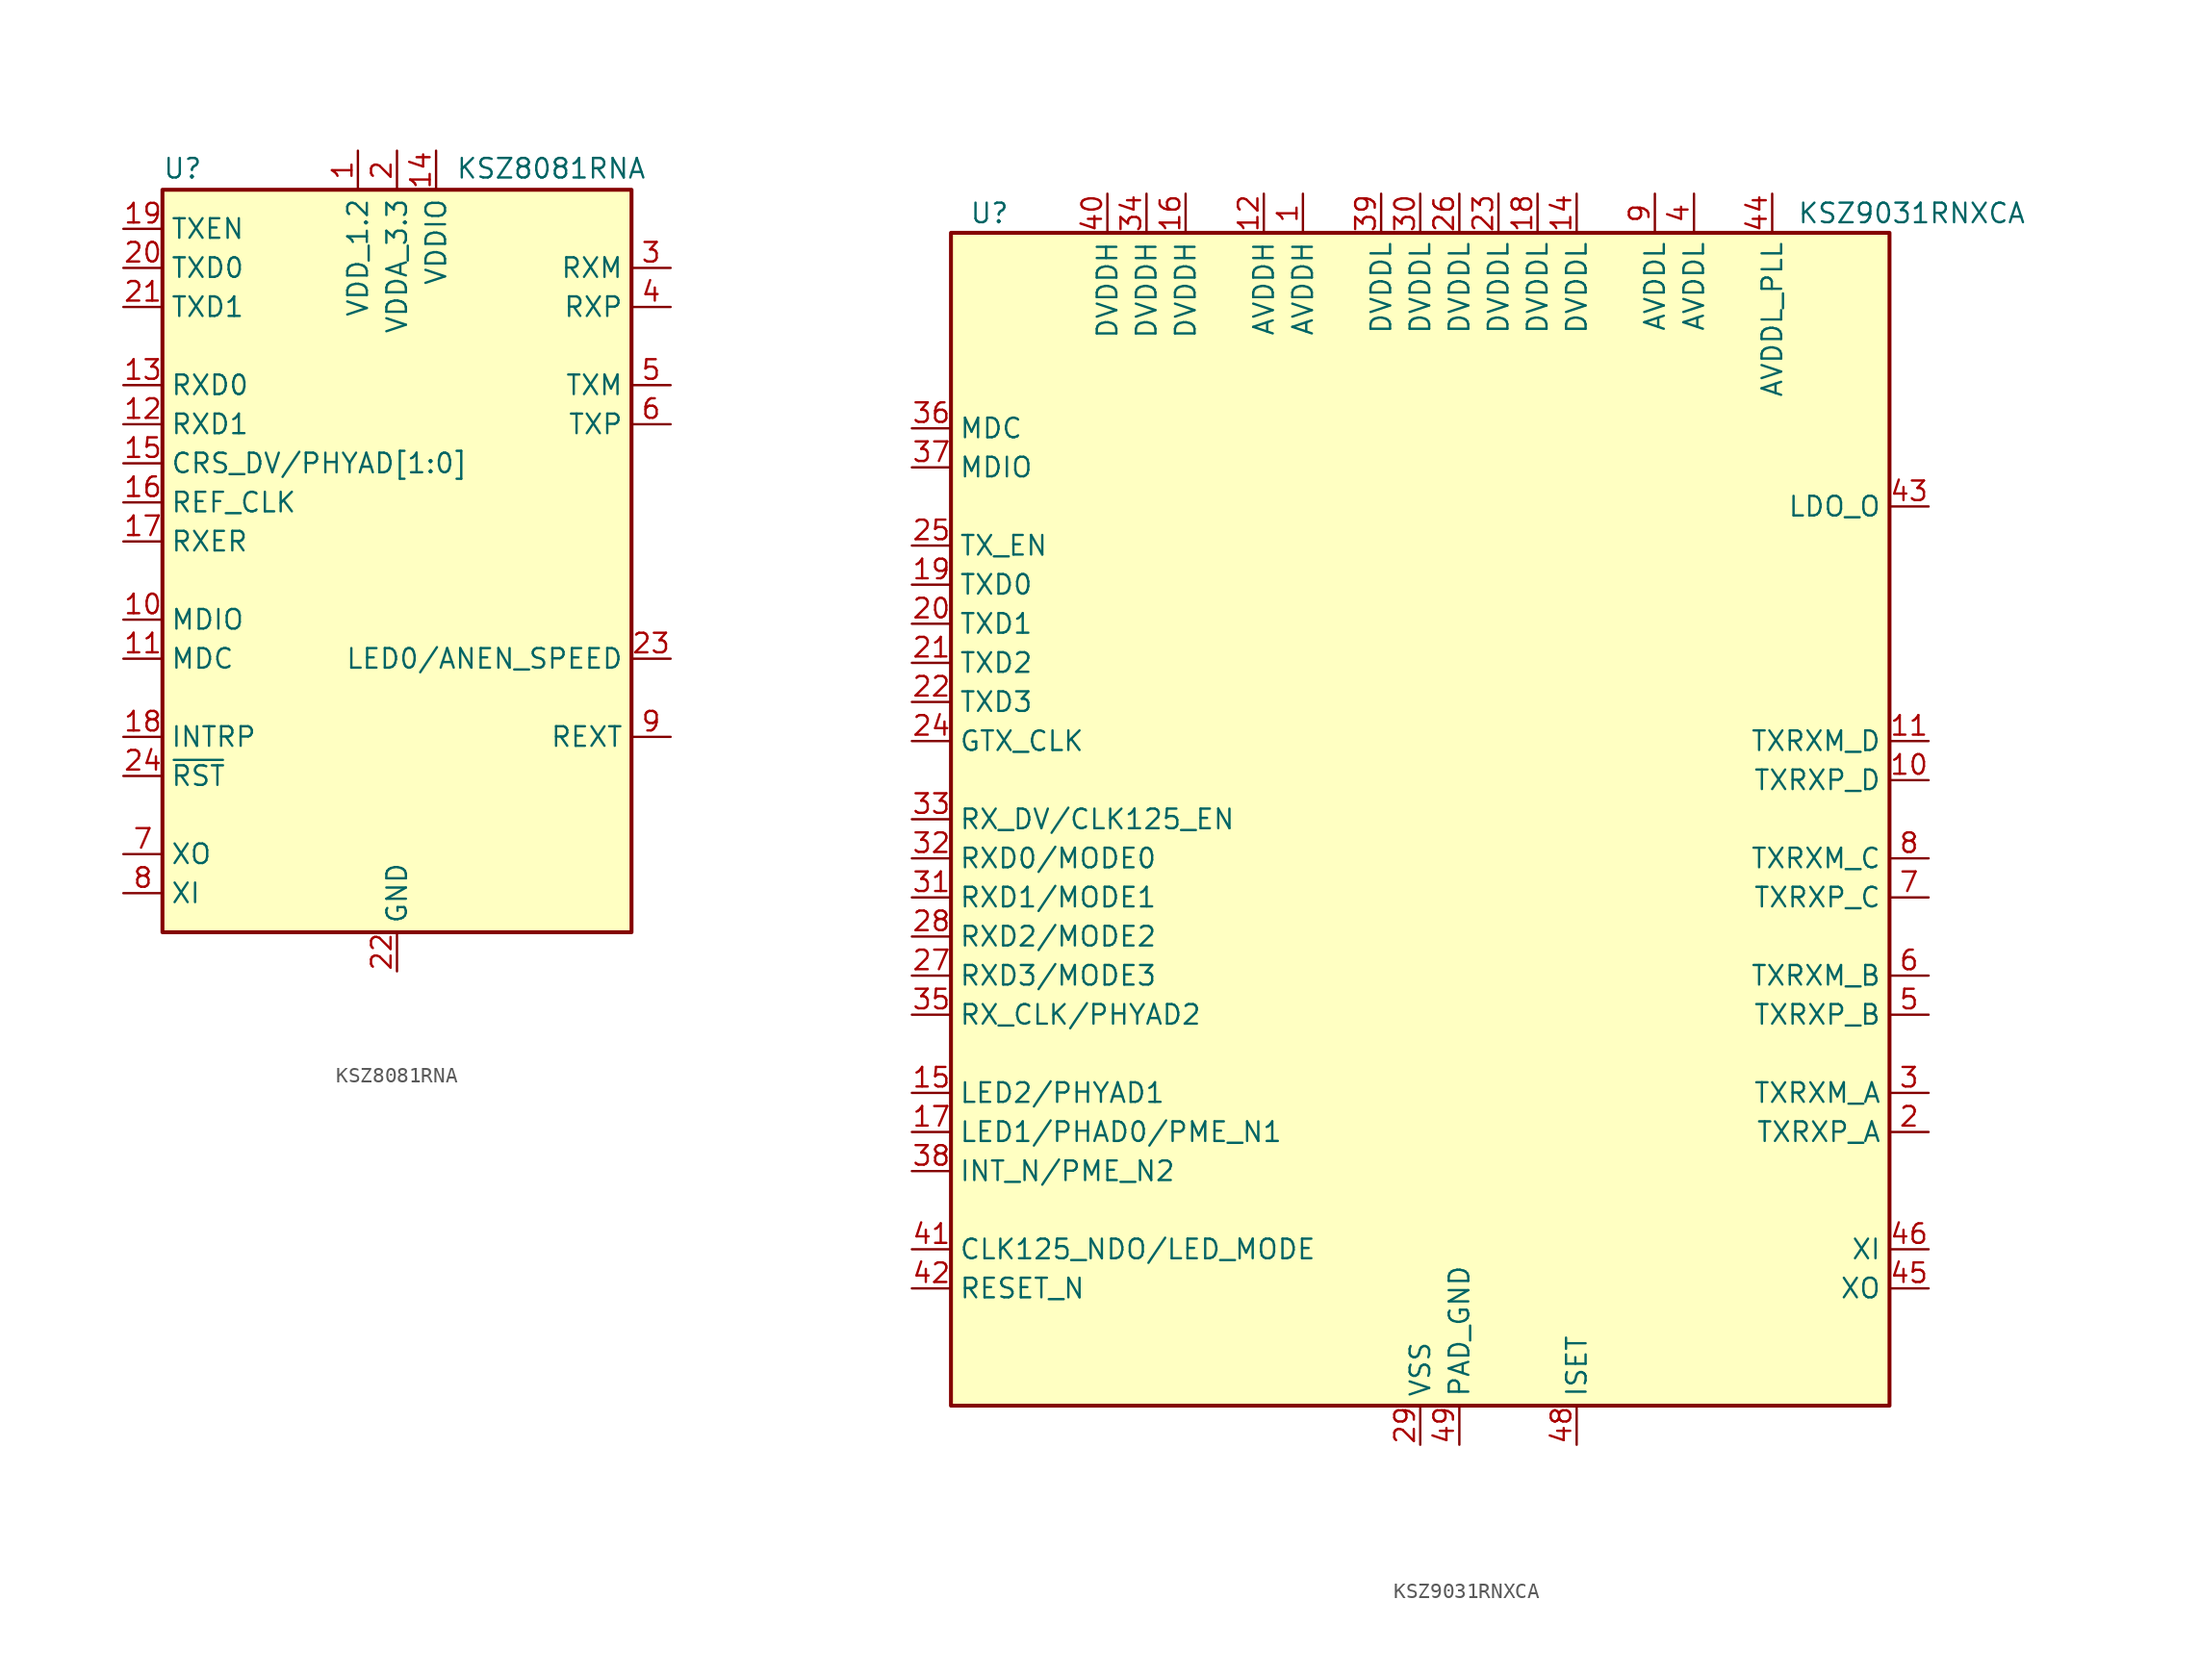
<source format=kicad_sym>
(kicad_symbol_lib
  (version 20201005)
  (generator kicad_symbol_editor)
  (symbol "KSZ8081RNA"
    (property "Reference" "U"
      (at -15.24 26.035 0)
      (effects (font (size 1.27 1.27)) (justify left bottom)))
    (property "Value" "KSZ8081RNA"
      (at 3.81 26.035 0)
      (effects (font (size 1.27 1.27)) (justify left bottom)))
    (symbol "KSZ8081RNA_0_1"
      (rectangle (start -15.24 25.4) (end 15.24 -22.86) (stroke (width 0.254)) (fill (type background))))
    (symbol "KSZ8081RNA_1_1"
      (pin power_in line (at -2.54 27.94 270) (length 2.54) (name "VDD_1.2" (effects (font (size 1.27 1.27)))) (number "1" (effects (font (size 1.27 1.27)))))
      (pin bidirectional line (at -17.78 -2.54 0) (length 2.54) (name "MDIO" (effects (font (size 1.27 1.27)))) (number "10" (effects (font (size 1.27 1.27)))))
      (pin input line (at -17.78 -5.08 0) (length 2.54) (name "MDC" (effects (font (size 1.27 1.27)))) (number "11" (effects (font (size 1.27 1.27)))))
      (pin output line (at -17.78 10.16 0) (length 2.54) (name "RXD1" (effects (font (size 1.27 1.27)))) (number "12" (effects (font (size 1.27 1.27)))))
      (pin output line (at -17.78 12.7 0) (length 2.54) (name "RXD0" (effects (font (size 1.27 1.27)))) (number "13" (effects (font (size 1.27 1.27)))))
      (pin power_in line (at 2.54 27.94 270) (length 2.54) (name "VDDIO" (effects (font (size 1.27 1.27)))) (number "14" (effects (font (size 1.27 1.27)))))
      (pin output line (at -17.78 7.62 0) (length 2.54) (name "CRS_DV/PHYAD[1:0]" (effects (font (size 1.27 1.27)))) (number "15" (effects (font (size 1.27 1.27)))))
      (pin output line (at -17.78 5.08 0) (length 2.54) (name "REF_CLK" (effects (font (size 1.27 1.27)))) (number "16" (effects (font (size 1.27 1.27)))))
      (pin output line (at -17.78 2.54 0) (length 2.54) (name "RXER" (effects (font (size 1.27 1.27)))) (number "17" (effects (font (size 1.27 1.27)))))
      (pin bidirectional line (at -17.78 -10.16 0) (length 2.54) (name "INTRP" (effects (font (size 1.27 1.27)))) (number "18" (effects (font (size 1.27 1.27)))))
      (pin input line (at -17.78 22.86 0) (length 2.54) (name "TXEN" (effects (font (size 1.27 1.27)))) (number "19" (effects (font (size 1.27 1.27)))))
      (pin power_in line (at 0 27.94 270) (length 2.54) (name "VDDA_3.3" (effects (font (size 1.27 1.27)))) (number "2" (effects (font (size 1.27 1.27)))))
      (pin input line (at -17.78 20.32 0) (length 2.54) (name "TXD0" (effects (font (size 1.27 1.27)))) (number "20" (effects (font (size 1.27 1.27)))))
      (pin bidirectional line (at -17.78 17.78 0) (length 2.54) (name "TXD1" (effects (font (size 1.27 1.27)))) (number "21" (effects (font (size 1.27 1.27)))))
      (pin power_in line (at 0 -25.4 90) (length 2.54) (name "GND" (effects (font (size 1.27 1.27)))) (number "22" (effects (font (size 1.27 1.27)))))
      (pin output line (at 17.78 -5.08 180) (length 2.54) (name "LED0/ANEN_SPEED" (effects (font (size 1.27 1.27)))) (number "23" (effects (font (size 1.27 1.27)))))
      (pin input line (at -17.78 -12.7 0) (length 2.54) (name "~RST" (effects (font (size 1.27 1.27)))) (number "24" (effects (font (size 1.27 1.27)))))
      (pin passive line (at 0 -25.4 90) (length 2.54) hide (name "GND" (effects (font (size 1.27 1.27)))) (number "25" (effects (font (size 1.27 1.27)))))
      (pin bidirectional line (at 17.78 20.32 180) (length 2.54) (name "RXM" (effects (font (size 1.27 1.27)))) (number "3" (effects (font (size 1.27 1.27)))))
      (pin bidirectional line (at 17.78 17.78 180) (length 2.54) (name "RXP" (effects (font (size 1.27 1.27)))) (number "4" (effects (font (size 1.27 1.27)))))
      (pin bidirectional line (at 17.78 12.7 180) (length 2.54) (name "TXM" (effects (font (size 1.27 1.27)))) (number "5" (effects (font (size 1.27 1.27)))))
      (pin bidirectional line (at 17.78 10.16 180) (length 2.54) (name "TXP" (effects (font (size 1.27 1.27)))) (number "6" (effects (font (size 1.27 1.27)))))
      (pin output line (at -17.78 -17.78 0) (length 2.54) (name "XO" (effects (font (size 1.27 1.27)))) (number "7" (effects (font (size 1.27 1.27)))))
      (pin input line (at -17.78 -20.32 0) (length 2.54) (name "XI" (effects (font (size 1.27 1.27)))) (number "8" (effects (font (size 1.27 1.27)))))
      (pin passive line (at 17.78 -10.16 180) (length 2.54) (name "REXT" (effects (font (size 1.27 1.27)))) (number "9" (effects (font (size 1.27 1.27)))))))
  (symbol "KSZ9031RNXCA"
    (property "Reference" "U"
      (at -26.67 39.37 0)
      (effects (font (size 1.27 1.27)) (justify right)))
    (property "Value" "KSZ9031RNXCA"
      (at 39.37 39.37 0)
      (effects (font (size 1.27 1.27)) (justify right)))
    (symbol "KSZ9031RNXCA_0_1"
      (rectangle (start -30.48 38.1) (end 30.48 -38.1) (stroke (width 0.254)) (fill (type background))))
    (symbol "KSZ9031RNXCA_1_1"
      (pin power_in line (at -7.62 40.64 270) (length 2.54) (name "AVDDH" (effects (font (size 1.27 1.27)))) (number "1" (effects (font (size 1.27 1.27)))))
      (pin input line (at 33.02 2.54 180) (length 2.54) (name "TXRXP_D" (effects (font (size 1.27 1.27)))) (number "10" (effects (font (size 1.27 1.27)))))
      (pin input line (at 33.02 5.08 180) (length 2.54) (name "TXRXM_D" (effects (font (size 1.27 1.27)))) (number "11" (effects (font (size 1.27 1.27)))))
      (pin power_in line (at -10.16 40.64 270) (length 2.54) (name "AVDDH" (effects (font (size 1.27 1.27)))) (number "12" (effects (font (size 1.27 1.27)))))
      (pin no_connect line (at 30.48 12.7 180) (length 2.54) hide (name "NC" (effects (font (size 1.27 1.27)))) (number "13" (effects (font (size 1.27 1.27)))))
      (pin power_in line (at 10.16 40.64 270) (length 2.54) (name "DVDDL" (effects (font (size 1.27 1.27)))) (number "14" (effects (font (size 1.27 1.27)))))
      (pin bidirectional line (at -33.02 -17.78 0) (length 2.54) (name "LED2/PHYAD1" (effects (font (size 1.27 1.27)))) (number "15" (effects (font (size 1.27 1.27)))))
      (pin power_in line (at -15.24 40.64 270) (length 2.54) (name "DVDDH" (effects (font (size 1.27 1.27)))) (number "16" (effects (font (size 1.27 1.27)))))
      (pin bidirectional line (at -33.02 -20.32 0) (length 2.54) (name "LED1/PHAD0/PME_N1" (effects (font (size 1.27 1.27)))) (number "17" (effects (font (size 1.27 1.27)))))
      (pin power_in line (at 7.62 40.64 270) (length 2.54) (name "DVDDL" (effects (font (size 1.27 1.27)))) (number "18" (effects (font (size 1.27 1.27)))))
      (pin input line (at -33.02 15.24 0) (length 2.54) (name "TXD0" (effects (font (size 1.27 1.27)))) (number "19" (effects (font (size 1.27 1.27)))))
      (pin input line (at 33.02 -20.32 180) (length 2.54) (name "TXRXP_A" (effects (font (size 1.27 1.27)))) (number "2" (effects (font (size 1.27 1.27)))))
      (pin input line (at -33.02 12.7 0) (length 2.54) (name "TXD1" (effects (font (size 1.27 1.27)))) (number "20" (effects (font (size 1.27 1.27)))))
      (pin input line (at -33.02 10.16 0) (length 2.54) (name "TXD2" (effects (font (size 1.27 1.27)))) (number "21" (effects (font (size 1.27 1.27)))))
      (pin input line (at -33.02 7.62 0) (length 2.54) (name "TXD3" (effects (font (size 1.27 1.27)))) (number "22" (effects (font (size 1.27 1.27)))))
      (pin power_in line (at 5.08 40.64 270) (length 2.54) (name "DVDDL" (effects (font (size 1.27 1.27)))) (number "23" (effects (font (size 1.27 1.27)))))
      (pin input line (at -33.02 5.08 0) (length 2.54) (name "GTX_CLK" (effects (font (size 1.27 1.27)))) (number "24" (effects (font (size 1.27 1.27)))))
      (pin input line (at -33.02 17.78 0) (length 2.54) (name "TX_EN" (effects (font (size 1.27 1.27)))) (number "25" (effects (font (size 1.27 1.27)))))
      (pin power_in line (at 2.54 40.64 270) (length 2.54) (name "DVDDL" (effects (font (size 1.27 1.27)))) (number "26" (effects (font (size 1.27 1.27)))))
      (pin input line (at -33.02 -10.16 0) (length 2.54) (name "RXD3/MODE3" (effects (font (size 1.27 1.27)))) (number "27" (effects (font (size 1.27 1.27)))))
      (pin input line (at -33.02 -7.62 0) (length 2.54) (name "RXD2/MODE2" (effects (font (size 1.27 1.27)))) (number "28" (effects (font (size 1.27 1.27)))))
      (pin power_in line (at 0 -40.64 90) (length 2.54) (name "VSS" (effects (font (size 1.27 1.27)))) (number "29" (effects (font (size 1.27 1.27)))))
      (pin input line (at 33.02 -17.78 180) (length 2.54) (name "TXRXM_A" (effects (font (size 1.27 1.27)))) (number "3" (effects (font (size 1.27 1.27)))))
      (pin power_in line (at 0 40.64 270) (length 2.54) (name "DVDDL" (effects (font (size 1.27 1.27)))) (number "30" (effects (font (size 1.27 1.27)))))
      (pin input line (at -33.02 -5.08 0) (length 2.54) (name "RXD1/MODE1" (effects (font (size 1.27 1.27)))) (number "31" (effects (font (size 1.27 1.27)))))
      (pin input line (at -33.02 -2.54 0) (length 2.54) (name "RXD0/MODE0" (effects (font (size 1.27 1.27)))) (number "32" (effects (font (size 1.27 1.27)))))
      (pin input line (at -33.02 0 0) (length 2.54) (name "RX_DV/CLK125_EN" (effects (font (size 1.27 1.27)))) (number "33" (effects (font (size 1.27 1.27)))))
      (pin power_in line (at -17.78 40.64 270) (length 2.54) (name "DVDDH" (effects (font (size 1.27 1.27)))) (number "34" (effects (font (size 1.27 1.27)))))
      (pin input line (at -33.02 -12.7 0) (length 2.54) (name "RX_CLK/PHYAD2" (effects (font (size 1.27 1.27)))) (number "35" (effects (font (size 1.27 1.27)))))
      (pin input line (at -33.02 25.4 0) (length 2.54) (name "MDC" (effects (font (size 1.27 1.27)))) (number "36" (effects (font (size 1.27 1.27)))))
      (pin input line (at -33.02 22.86 0) (length 2.54) (name "MDIO" (effects (font (size 1.27 1.27)))) (number "37" (effects (font (size 1.27 1.27)))))
      (pin input line (at -33.02 -22.86 0) (length 2.54) (name "INT_N/PME_N2" (effects (font (size 1.27 1.27)))) (number "38" (effects (font (size 1.27 1.27)))))
      (pin power_in line (at -2.54 40.64 270) (length 2.54) (name "DVDDL" (effects (font (size 1.27 1.27)))) (number "39" (effects (font (size 1.27 1.27)))))
      (pin power_in line (at 17.78 40.64 270) (length 2.54) (name "AVDDL" (effects (font (size 1.27 1.27)))) (number "4" (effects (font (size 1.27 1.27)))))
      (pin power_in line (at -20.32 40.64 270) (length 2.54) (name "DVDDH" (effects (font (size 1.27 1.27)))) (number "40" (effects (font (size 1.27 1.27)))))
      (pin input line (at -33.02 -27.94 0) (length 2.54) (name "CLK125_NDO/LED_MODE" (effects (font (size 1.27 1.27)))) (number "41" (effects (font (size 1.27 1.27)))))
      (pin input line (at -33.02 -30.48 0) (length 2.54) (name "RESET_N" (effects (font (size 1.27 1.27)))) (number "42" (effects (font (size 1.27 1.27)))))
      (pin input line (at 33.02 20.32 180) (length 2.54) (name "LDO_O" (effects (font (size 1.27 1.27)))) (number "43" (effects (font (size 1.27 1.27)))))
      (pin power_in line (at 22.86 40.64 270) (length 2.54) (name "AVDDL_PLL" (effects (font (size 1.27 1.27)))) (number "44" (effects (font (size 1.27 1.27)))))
      (pin input line (at 33.02 -30.48 180) (length 2.54) (name "XO" (effects (font (size 1.27 1.27)))) (number "45" (effects (font (size 1.27 1.27)))))
      (pin input line (at 33.02 -27.94 180) (length 2.54) (name "XI" (effects (font (size 1.27 1.27)))) (number "46" (effects (font (size 1.27 1.27)))))
      (pin no_connect line (at 30.48 10.16 180) (length 2.54) hide (name "NC" (effects (font (size 1.27 1.27)))) (number "47" (effects (font (size 1.27 1.27)))))
      (pin output line (at 10.16 -40.64 90) (length 2.54) (name "ISET" (effects (font (size 1.27 1.27)))) (number "48" (effects (font (size 1.27 1.27)))))
      (pin power_in line (at 2.54 -40.64 90) (length 2.54) (name "PAD_GND" (effects (font (size 1.27 1.27)))) (number "49" (effects (font (size 1.27 1.27)))))
      (pin input line (at 33.02 -12.7 180) (length 2.54) (name "TXRXP_B" (effects (font (size 1.27 1.27)))) (number "5" (effects (font (size 1.27 1.27)))))
      (pin input line (at 33.02 -10.16 180) (length 2.54) (name "TXRXM_B" (effects (font (size 1.27 1.27)))) (number "6" (effects (font (size 1.27 1.27)))))
      (pin input line (at 33.02 -5.08 180) (length 2.54) (name "TXRXP_C" (effects (font (size 1.27 1.27)))) (number "7" (effects (font (size 1.27 1.27)))))
      (pin input line (at 33.02 -2.54 180) (length 2.54) (name "TXRXM_C" (effects (font (size 1.27 1.27)))) (number "8" (effects (font (size 1.27 1.27)))))
      (pin power_in line (at 15.24 40.64 270) (length 2.54) (name "AVDDL" (effects (font (size 1.27 1.27)))) (number "9" (effects (font (size 1.27 1.27))))))))
</source>
